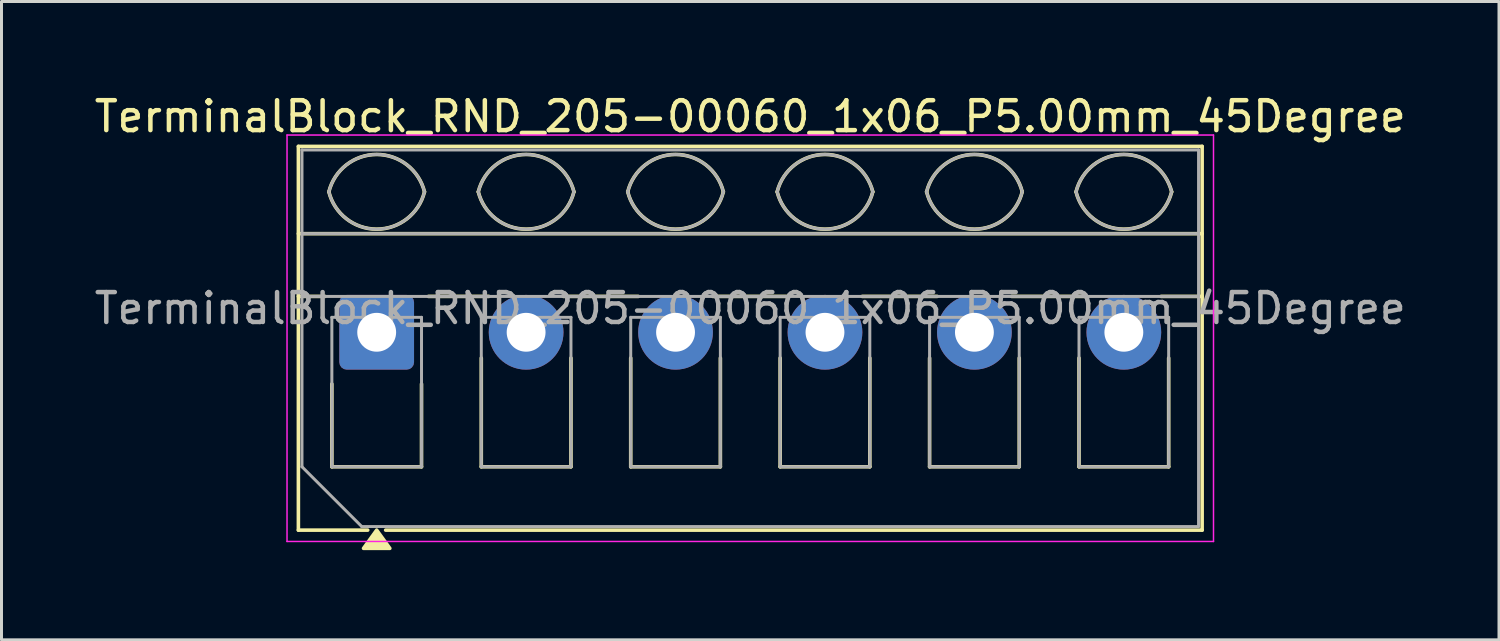
<source format=kicad_pcb>
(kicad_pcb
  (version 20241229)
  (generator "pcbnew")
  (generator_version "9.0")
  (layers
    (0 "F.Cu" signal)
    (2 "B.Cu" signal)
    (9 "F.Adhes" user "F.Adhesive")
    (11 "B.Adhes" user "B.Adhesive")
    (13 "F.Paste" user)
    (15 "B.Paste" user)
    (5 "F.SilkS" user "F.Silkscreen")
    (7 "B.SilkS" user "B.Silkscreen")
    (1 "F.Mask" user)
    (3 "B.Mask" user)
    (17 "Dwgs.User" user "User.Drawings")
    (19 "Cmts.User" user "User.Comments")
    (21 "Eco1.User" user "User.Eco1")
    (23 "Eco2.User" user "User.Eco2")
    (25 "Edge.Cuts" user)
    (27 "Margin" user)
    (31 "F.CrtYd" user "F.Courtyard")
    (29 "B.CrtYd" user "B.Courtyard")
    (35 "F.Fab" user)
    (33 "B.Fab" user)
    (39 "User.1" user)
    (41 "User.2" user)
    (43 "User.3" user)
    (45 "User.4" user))
  (footprint "TerminalBlock_RND_205-00060_1x06_P5.00mm_45Degree"
    (layer "F.Cu")
    (at 9.554 8.068)
    (property "Reference" "TerminalBlock_RND_205-00060_1x06_P5.00mm_45Degree" (at 12.5 -7.22 0) (layer "F.SilkS") (effects (font (size 1 1) (thickness 0.15))))
    (attr through_hole)
    (fp_line (start -2.62 -6.22) (end -2.62 6.62) (stroke (width 0.12) (type solid)) (layer "F.SilkS"))
    (fp_line (start -2.62 -6.22) (end 27.62 -6.22) (stroke (width 0.12) (type solid)) (layer "F.SilkS"))
    (fp_line (start -2.62 -3.3) (end 27.62 -3.3) (stroke (width 0.12) (type solid)) (layer "F.SilkS"))
    (fp_line (start -2.62 -1.2) (end -1.73 -1.2) (stroke (width 0.12) (type solid)) (layer "F.SilkS"))
    (fp_line (start -2.62 6.62) (end -0.3 6.62) (stroke (width 0.12) (type solid)) (layer "F.SilkS"))
    (fp_line (start -1.5 1.73) (end -1.5 4.5) (stroke (width 0.12) (type solid)) (layer "F.SilkS"))
    (fp_line (start -1.5 4.5) (end 1.5 4.5) (stroke (width 0.12) (type solid)) (layer "F.SilkS"))
    (fp_line (start 0.3 6.62) (end 27.62 6.62) (stroke (width 0.12) (type solid)) (layer "F.SilkS"))
    (fp_line (start 1.5 1.73) (end 1.5 4.5) (stroke (width 0.12) (type solid)) (layer "F.SilkS"))
    (fp_line (start 1.73 -1.2) (end 3.754 -1.2) (stroke (width 0.12) (type solid)) (layer "F.SilkS"))
    (fp_line (start 3.5 0.862) (end 3.5 4.5) (stroke (width 0.12) (type solid)) (layer "F.SilkS"))
    (fp_line (start 3.5 4.5) (end 6.5 4.5) (stroke (width 0.12) (type solid)) (layer "F.SilkS"))
    (fp_line (start 6.246 -1.2) (end 8.754 -1.2) (stroke (width 0.12) (type solid)) (layer "F.SilkS"))
    (fp_line (start 6.5 0.862) (end 6.5 4.5) (stroke (width 0.12) (type solid)) (layer "F.SilkS"))
    (fp_line (start 8.5 0.862) (end 8.5 4.5) (stroke (width 0.12) (type solid)) (layer "F.SilkS"))
    (fp_line (start 8.5 4.5) (end 11.5 4.5) (stroke (width 0.12) (type solid)) (layer "F.SilkS"))
    (fp_line (start 11.246 -1.2) (end 13.754 -1.2) (stroke (width 0.12) (type solid)) (layer "F.SilkS"))
    (fp_line (start 11.5 0.862) (end 11.5 4.5) (stroke (width 0.12) (type solid)) (layer "F.SilkS"))
    (fp_line (start 13.5 0.862) (end 13.5 4.5) (stroke (width 0.12) (type solid)) (layer "F.SilkS"))
    (fp_line (start 13.5 4.5) (end 16.5 4.5) (stroke (width 0.12) (type solid)) (layer "F.SilkS"))
    (fp_line (start 16.246 -1.2) (end 18.754 -1.2) (stroke (width 0.12) (type solid)) (layer "F.SilkS"))
    (fp_line (start 16.5 0.862) (end 16.5 4.5) (stroke (width 0.12) (type solid)) (layer "F.SilkS"))
    (fp_line (start 18.5 0.862) (end 18.5 4.5) (stroke (width 0.12) (type solid)) (layer "F.SilkS"))
    (fp_line (start 18.5 4.5) (end 21.5 4.5) (stroke (width 0.12) (type solid)) (layer "F.SilkS"))
    (fp_line (start 21.246 -1.2) (end 23.754 -1.2) (stroke (width 0.12) (type solid)) (layer "F.SilkS"))
    (fp_line (start 21.5 0.862) (end 21.5 4.5) (stroke (width 0.12) (type solid)) (layer "F.SilkS"))
    (fp_line (start 23.5 0.862) (end 23.5 4.5) (stroke (width 0.12) (type solid)) (layer "F.SilkS"))
    (fp_line (start 23.5 4.5) (end 26.5 4.5) (stroke (width 0.12) (type solid)) (layer "F.SilkS"))
    (fp_line (start 26.246 -1.2) (end 27.62 -1.2) (stroke (width 0.12) (type solid)) (layer "F.SilkS"))
    (fp_line (start 26.5 0.862) (end 26.5 4.5) (stroke (width 0.12) (type solid)) (layer "F.SilkS"))
    (fp_line (start 27.62 -6.22) (end 27.62 6.62) (stroke (width 0.12) (type solid)) (layer "F.SilkS"))
    (fp_arc (start -1.6 -4.7) (mid 0 -5.95) (end 1.6 -4.7) (stroke (width 0.12) (type solid)) (layer "F.SilkS"))
    (fp_arc (start 1.6 -4.7) (mid 0 -3.45) (end -1.6 -4.7) (stroke (width 0.12) (type solid)) (layer "F.SilkS"))
    (fp_arc (start 3.4 -4.7) (mid 5 -5.95) (end 6.6 -4.7) (stroke (width 0.12) (type solid)) (layer "F.SilkS"))
    (fp_arc (start 6.6 -4.7) (mid 5 -3.45) (end 3.4 -4.7) (stroke (width 0.12) (type solid)) (layer "F.SilkS"))
    (fp_arc (start 8.4 -4.7) (mid 10 -5.95) (end 11.6 -4.7) (stroke (width 0.12) (type solid)) (layer "F.SilkS"))
    (fp_arc (start 11.6 -4.7) (mid 10 -3.45) (end 8.4 -4.7) (stroke (width 0.12) (type solid)) (layer "F.SilkS"))
    (fp_arc (start 13.4 -4.7) (mid 15 -5.95) (end 16.6 -4.7) (stroke (width 0.12) (type solid)) (layer "F.SilkS"))
    (fp_arc (start 16.6 -4.7) (mid 15 -3.45) (end 13.4 -4.7) (stroke (width 0.12) (type solid)) (layer "F.SilkS"))
    (fp_arc (start 18.4 -4.7) (mid 20 -5.95) (end 21.6 -4.7) (stroke (width 0.12) (type solid)) (layer "F.SilkS"))
    (fp_arc (start 21.6 -4.7) (mid 20 -3.45) (end 18.4 -4.7) (stroke (width 0.12) (type solid)) (layer "F.SilkS"))
    (fp_arc (start 23.4 -4.7) (mid 25 -5.95) (end 26.6 -4.7) (stroke (width 0.12) (type solid)) (layer "F.SilkS"))
    (fp_arc (start 26.6 -4.7) (mid 25 -3.45) (end 23.4 -4.7) (stroke (width 0.12) (type solid)) (layer "F.SilkS"))
    (fp_poly (pts (xy 0 6.62) (xy 0.44 7.23) (xy -0.44 7.23)) (stroke (width 0.12) (type solid)) (fill yes) (layer "F.SilkS"))
    (fp_line (start -3 -6.6) (end -3 7) (stroke (width 0.05) (type solid)) (layer "F.CrtYd"))
    (fp_line (start -3 7) (end 28 7) (stroke (width 0.05) (type solid)) (layer "F.CrtYd"))
    (fp_line (start 28 -6.6) (end -3 -6.6) (stroke (width 0.05) (type solid)) (layer "F.CrtYd"))
    (fp_line (start 28 7) (end 28 -6.6) (stroke (width 0.05) (type solid)) (layer "F.CrtYd"))
    (fp_line (start -2.5 -6.1) (end 27.5 -6.1) (stroke (width 0.1) (type solid)) (layer "F.Fab"))
    (fp_line (start -2.5 -3.3) (end 27.5 -3.3) (stroke (width 0.1) (type solid)) (layer "F.Fab"))
    (fp_line (start -2.5 -1.2) (end 27.5 -1.2) (stroke (width 0.1) (type solid)) (layer "F.Fab"))
    (fp_line (start -2.5 4.5) (end -2.5 -6.1) (stroke (width 0.1) (type solid)) (layer "F.Fab"))
    (fp_line (start -1.5 -0.5) (end -1.5 4.5) (stroke (width 0.1) (type solid)) (layer "F.Fab"))
    (fp_line (start -1.5 4.5) (end 1.5 4.5) (stroke (width 0.1) (type solid)) (layer "F.Fab"))
    (fp_line (start -0.5 6.5) (end -2.5 4.5) (stroke (width 0.1) (type solid)) (layer "F.Fab"))
    (fp_line (start 1.5 -0.5) (end -1.5 -0.5) (stroke (width 0.1) (type solid)) (layer "F.Fab"))
    (fp_line (start 1.5 4.5) (end 1.5 -0.5) (stroke (width 0.1) (type solid)) (layer "F.Fab"))
    (fp_line (start 3.5 -0.5) (end 3.5 4.5) (stroke (width 0.1) (type solid)) (layer "F.Fab"))
    (fp_line (start 3.5 4.5) (end 6.5 4.5) (stroke (width 0.1) (type solid)) (layer "F.Fab"))
    (fp_line (start 6.5 -0.5) (end 3.5 -0.5) (stroke (width 0.1) (type solid)) (layer "F.Fab"))
    (fp_line (start 6.5 4.5) (end 6.5 -0.5) (stroke (width 0.1) (type solid)) (layer "F.Fab"))
    (fp_line (start 8.5 -0.5) (end 8.5 4.5) (stroke (width 0.1) (type solid)) (layer "F.Fab"))
    (fp_line (start 8.5 4.5) (end 11.5 4.5) (stroke (width 0.1) (type solid)) (layer "F.Fab"))
    (fp_line (start 11.5 -0.5) (end 8.5 -0.5) (stroke (width 0.1) (type solid)) (layer "F.Fab"))
    (fp_line (start 11.5 4.5) (end 11.5 -0.5) (stroke (width 0.1) (type solid)) (layer "F.Fab"))
    (fp_line (start 13.5 -0.5) (end 13.5 4.5) (stroke (width 0.1) (type solid)) (layer "F.Fab"))
    (fp_line (start 13.5 4.5) (end 16.5 4.5) (stroke (width 0.1) (type solid)) (layer "F.Fab"))
    (fp_line (start 16.5 -0.5) (end 13.5 -0.5) (stroke (width 0.1) (type solid)) (layer "F.Fab"))
    (fp_line (start 16.5 4.5) (end 16.5 -0.5) (stroke (width 0.1) (type solid)) (layer "F.Fab"))
    (fp_line (start 18.5 -0.5) (end 18.5 4.5) (stroke (width 0.1) (type solid)) (layer "F.Fab"))
    (fp_line (start 18.5 4.5) (end 21.5 4.5) (stroke (width 0.1) (type solid)) (layer "F.Fab"))
    (fp_line (start 21.5 -0.5) (end 18.5 -0.5) (stroke (width 0.1) (type solid)) (layer "F.Fab"))
    (fp_line (start 21.5 4.5) (end 21.5 -0.5) (stroke (width 0.1) (type solid)) (layer "F.Fab"))
    (fp_line (start 23.5 -0.5) (end 23.5 4.5) (stroke (width 0.1) (type solid)) (layer "F.Fab"))
    (fp_line (start 23.5 4.5) (end 26.5 4.5) (stroke (width 0.1) (type solid)) (layer "F.Fab"))
    (fp_line (start 26.5 -0.5) (end 23.5 -0.5) (stroke (width 0.1) (type solid)) (layer "F.Fab"))
    (fp_line (start 26.5 4.5) (end 26.5 -0.5) (stroke (width 0.1) (type solid)) (layer "F.Fab"))
    (fp_line (start 27.5 -6.1) (end 27.5 6.5) (stroke (width 0.1) (type solid)) (layer "F.Fab"))
    (fp_line (start 27.5 6.5) (end -0.5 6.5) (stroke (width 0.1) (type solid)) (layer "F.Fab"))
    (fp_arc (start -1.6 -4.7) (mid 0 -5.95) (end 1.6 -4.7) (stroke (width 0.1) (type solid)) (layer "F.Fab"))
    (fp_arc (start 1.6 -4.7) (mid 0 -3.45) (end -1.6 -4.7) (stroke (width 0.1) (type solid)) (layer "F.Fab"))
    (fp_arc (start 3.4 -4.7) (mid 5 -5.95) (end 6.6 -4.7) (stroke (width 0.1) (type solid)) (layer "F.Fab"))
    (fp_arc (start 6.6 -4.7) (mid 5 -3.45) (end 3.4 -4.7) (stroke (width 0.1) (type solid)) (layer "F.Fab"))
    (fp_arc (start 8.4 -4.7) (mid 10 -5.95) (end 11.6 -4.7) (stroke (width 0.1) (type solid)) (layer "F.Fab"))
    (fp_arc (start 11.6 -4.7) (mid 10 -3.45) (end 8.4 -4.7) (stroke (width 0.1) (type solid)) (layer "F.Fab"))
    (fp_arc (start 13.4 -4.7) (mid 15 -5.95) (end 16.6 -4.7) (stroke (width 0.1) (type solid)) (layer "F.Fab"))
    (fp_arc (start 16.6 -4.7) (mid 15 -3.45) (end 13.4 -4.7) (stroke (width 0.1) (type solid)) (layer "F.Fab"))
    (fp_arc (start 18.4 -4.7) (mid 20 -5.95) (end 21.6 -4.7) (stroke (width 0.1) (type solid)) (layer "F.Fab"))
    (fp_arc (start 21.6 -4.7) (mid 20 -3.45) (end 18.4 -4.7) (stroke (width 0.1) (type solid)) (layer "F.Fab"))
    (fp_arc (start 23.4 -4.7) (mid 25 -5.95) (end 26.6 -4.7) (stroke (width 0.1) (type solid)) (layer "F.Fab"))
    (fp_arc (start 26.6 -4.7) (mid 25 -3.45) (end 23.4 -4.7) (stroke (width 0.1) (type solid)) (layer "F.Fab"))
    (fp_text user "${REFERENCE}" (at 12.5 -0.8 0) (layer "F.Fab") (effects (font (size 1 1) (thickness 0.15))))
    (pad "1" thru_hole roundrect (at 0 0) (size 2.5 2.5) (drill 1.3) (layers "*.Cu" "*.Mask") (roundrect_rratio 0.1))
    (pad "2" thru_hole circle (at 5 0) (size 2.5 2.5) (drill 1.3) (layers "*.Cu" "*.Mask"))
    (pad "3" thru_hole circle (at 10 0) (size 2.5 2.5) (drill 1.3) (layers "*.Cu" "*.Mask"))
    (pad "4" thru_hole circle (at 15 0) (size 2.5 2.5) (drill 1.3) (layers "*.Cu" "*.Mask"))
    (pad "5" thru_hole circle (at 20 0) (size 2.5 2.5) (drill 1.3) (layers "*.Cu" "*.Mask"))
    (pad "6" thru_hole circle (at 25 0) (size 2.5 2.5) (drill 1.3) (layers "*.Cu" "*.Mask")))
  (gr_rect
    (start -3 -3)
    (end 47.107 18.358)
    (stroke (width 0.1) (type default))
    (fill no)
    (layer "Edge.Cuts")))
</source>
